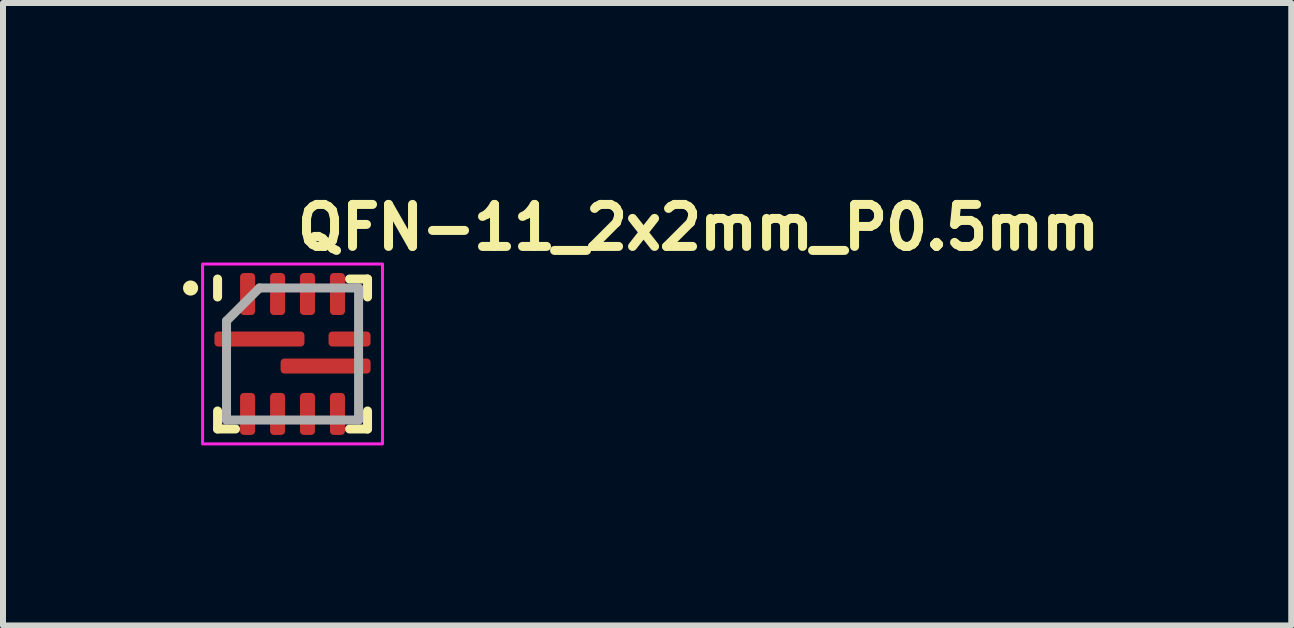
<source format=kicad_pcb>
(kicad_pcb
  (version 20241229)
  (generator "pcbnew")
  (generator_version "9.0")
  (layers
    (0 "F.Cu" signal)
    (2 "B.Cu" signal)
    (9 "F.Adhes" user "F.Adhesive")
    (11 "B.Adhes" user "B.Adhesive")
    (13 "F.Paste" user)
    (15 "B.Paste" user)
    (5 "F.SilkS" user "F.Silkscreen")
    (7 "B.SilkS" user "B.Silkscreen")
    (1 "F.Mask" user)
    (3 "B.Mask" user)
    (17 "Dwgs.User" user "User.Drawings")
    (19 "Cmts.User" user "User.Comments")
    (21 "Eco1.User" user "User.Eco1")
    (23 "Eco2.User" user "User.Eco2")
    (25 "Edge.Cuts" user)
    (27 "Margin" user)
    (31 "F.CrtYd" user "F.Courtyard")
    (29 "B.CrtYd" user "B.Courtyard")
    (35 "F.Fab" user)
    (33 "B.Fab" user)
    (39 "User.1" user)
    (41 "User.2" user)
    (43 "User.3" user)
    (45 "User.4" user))
  (footprint "QFN-11_2x2mm_P0.5mm"
    (layer "F.Cu")
    (at 1.826 2.85)
    (property "Reference" "QFN-11_2x2mm_P0.5mm" (at 0 -1.7 0) (unlocked yes) (layer "F.SilkS") (effects (font (size 0.7 0.7) (thickness 0.15)) (justify left bottom)))
    (attr smd)
    (fp_line (start -1.25 -0.951) (end -1.25 -1.25) (stroke (width 0.15) (type solid)) (layer "F.SilkS"))
    (fp_line (start -1.25 1.249) (end -1.25 0.949) (stroke (width 0.15) (type solid)) (layer "F.SilkS"))
    (fp_line (start -0.951 1.249) (end -1.25 1.249) (stroke (width 0.15) (type solid)) (layer "F.SilkS"))
    (fp_line (start 0.949 -1.25) (end 1.249 -1.25) (stroke (width 0.15) (type solid)) (layer "F.SilkS"))
    (fp_line (start 1.249 -1.25) (end 1.249 -0.951) (stroke (width 0.15) (type solid)) (layer "F.SilkS"))
    (fp_line (start 1.249 0.949) (end 1.249 1.249) (stroke (width 0.15) (type solid)) (layer "F.SilkS"))
    (fp_line (start 1.249 1.249) (end 0.949 1.249) (stroke (width 0.15) (type solid)) (layer "F.SilkS"))
    (fp_circle (center -1.7 -1.1) (end -1.649 -1.1) (stroke (width 0.15) (type solid)) (fill yes) (layer "F.SilkS"))
    (fp_rect (start -1.5 -1.5) (end 1.498 1.498) (stroke (width 0.05) (type solid)) (fill no) (layer "F.CrtYd"))
    (fp_line (start -1.101 1.1) (end -1.101 -0.552) (stroke (width 0.15) (type solid)) (layer "F.Fab"))
    (fp_line (start -0.552 -1.101) (end -1.101 -0.552) (stroke (width 0.15) (type solid)) (layer "F.Fab"))
    (fp_line (start -0.552 -1.101) (end 1.1 -1.101) (stroke (width 0.15) (type solid)) (layer "F.Fab"))
    (fp_line (start 1.1 -1.101) (end 1.1 1.1) (stroke (width 0.15) (type solid)) (layer "F.Fab"))
    (fp_line (start 1.1 1.1) (end -1.101 1.1) (stroke (width 0.15) (type solid)) (layer "F.Fab"))
    (fp_rect (start -1 -1) (end 0.998 0.998) (stroke (width 0.1) (type solid)) (fill no) (layer "User.5"))
    (fp_line (start -1 -1) (end -1 0.998) (stroke (width 0.02) (type solid)) (layer "User.9"))
    (fp_line (start -1 0.998) (end 0.998 0.998) (stroke (width 0.02) (type solid)) (layer "User.9"))
    (fp_line (start -0.826 -0.669) (end -0.826 -0.663) (stroke (width 0.02) (type solid)) (layer "User.9"))
    (fp_line (start -0.826 -0.663) (end -0.826 -0.657) (stroke (width 0.02) (type solid)) (layer "User.9"))
    (fp_line (start -0.826 -0.657) (end -0.826 -0.652) (stroke (width 0.02) (type solid)) (layer "User.9"))
    (fp_line (start -0.826 -0.652) (end -0.826 -0.639) (stroke (width 0.02) (type solid)) (layer "User.9"))
    (fp_line (start -0.826 -0.639) (end -0.825 -0.627) (stroke (width 0.02) (type solid)) (layer "User.9"))
    (fp_line (start -0.825 -0.675) (end -0.826 -0.669) (stroke (width 0.02) (type solid)) (layer "User.9"))
    (fp_line (start -0.825 -0.627) (end -0.823 -0.616) (stroke (width 0.02) (type solid)) (layer "User.9"))
    (fp_line (start -0.824 -0.68) (end -0.825 -0.675) (stroke (width 0.02) (type solid)) (layer "User.9"))
    (fp_line (start -0.823 -0.686) (end -0.824 -0.68) (stroke (width 0.02) (type solid)) (layer "User.9"))
    (fp_line (start -0.823 -0.616) (end -0.82 -0.605) (stroke (width 0.02) (type solid)) (layer "User.9"))
    (fp_line (start -0.822 -0.692) (end -0.823 -0.686) (stroke (width 0.02) (type solid)) (layer "User.9"))
    (fp_line (start -0.82 -0.697) (end -0.822 -0.692) (stroke (width 0.02) (type solid)) (layer "User.9"))
    (fp_line (start -0.82 -0.605) (end -0.817 -0.594) (stroke (width 0.02) (type solid)) (layer "User.9"))
    (fp_line (start -0.819 -0.703) (end -0.82 -0.697) (stroke (width 0.02) (type solid)) (layer "User.9"))
    (fp_line (start -0.817 -0.707) (end -0.819 -0.703) (stroke (width 0.02) (type solid)) (layer "User.9"))
    (fp_line (start -0.817 -0.594) (end -0.813 -0.583) (stroke (width 0.02) (type solid)) (layer "User.9"))
    (fp_line (start -0.815 -0.712) (end -0.817 -0.707) (stroke (width 0.02) (type solid)) (layer "User.9"))
    (fp_line (start -0.813 -0.718) (end -0.815 -0.712) (stroke (width 0.02) (type solid)) (layer "User.9"))
    (fp_line (start -0.813 -0.583) (end -0.808 -0.574) (stroke (width 0.02) (type solid)) (layer "User.9"))
    (fp_line (start -0.811 -0.723) (end -0.813 -0.718) (stroke (width 0.02) (type solid)) (layer "User.9"))
    (fp_line (start -0.808 -0.728) (end -0.811 -0.723) (stroke (width 0.02) (type solid)) (layer "User.9"))
    (fp_line (start -0.808 -0.574) (end -0.803 -0.564) (stroke (width 0.02) (type solid)) (layer "User.9"))
    (fp_line (start -0.806 -0.733) (end -0.808 -0.728) (stroke (width 0.02) (type solid)) (layer "User.9"))
    (fp_line (start -0.803 -0.738) (end -0.806 -0.733) (stroke (width 0.02) (type solid)) (layer "User.9"))
    (fp_line (start -0.803 -0.564) (end -0.797 -0.554) (stroke (width 0.02) (type solid)) (layer "User.9"))
    (fp_line (start -0.8 -0.743) (end -0.803 -0.738) (stroke (width 0.02) (type solid)) (layer "User.9"))
    (fp_line (start -0.797 -0.748) (end -0.8 -0.743) (stroke (width 0.02) (type solid)) (layer "User.9"))
    (fp_line (start -0.797 -0.554) (end -0.79 -0.545) (stroke (width 0.02) (type solid)) (layer "User.9"))
    (fp_line (start -0.794 -0.752) (end -0.797 -0.748) (stroke (width 0.02) (type solid)) (layer "User.9"))
    (fp_line (start -0.79 -0.757) (end -0.794 -0.752) (stroke (width 0.02) (type solid)) (layer "User.9"))
    (fp_line (start -0.79 -0.545) (end -0.783 -0.536) (stroke (width 0.02) (type solid)) (layer "User.9"))
    (fp_line (start -0.787 -0.761) (end -0.79 -0.757) (stroke (width 0.02) (type solid)) (layer "User.9"))
    (fp_line (start -0.783 -0.766) (end -0.787 -0.761) (stroke (width 0.02) (type solid)) (layer "User.9"))
    (fp_line (start -0.783 -0.536) (end -0.776 -0.528) (stroke (width 0.02) (type solid)) (layer "User.9"))
    (fp_line (start -0.779 -0.771) (end -0.783 -0.766) (stroke (width 0.02) (type solid)) (layer "User.9"))
    (fp_line (start -0.776 -0.775) (end -0.779 -0.771) (stroke (width 0.02) (type solid)) (layer "User.9"))
    (fp_line (start -0.776 -0.528) (end -0.766 -0.52) (stroke (width 0.02) (type solid)) (layer "User.9"))
    (fp_line (start -0.771 -0.779) (end -0.776 -0.775) (stroke (width 0.02) (type solid)) (layer "User.9"))
    (fp_line (start -0.766 -0.783) (end -0.771 -0.779) (stroke (width 0.02) (type solid)) (layer "User.9"))
    (fp_line (start -0.766 -0.52) (end -0.757 -0.512) (stroke (width 0.02) (type solid)) (layer "User.9"))
    (fp_line (start -0.762 -0.787) (end -0.766 -0.783) (stroke (width 0.02) (type solid)) (layer "User.9"))
    (fp_line (start -0.757 -0.79) (end -0.762 -0.787) (stroke (width 0.02) (type solid)) (layer "User.9"))
    (fp_line (start -0.757 -0.512) (end -0.748 -0.505) (stroke (width 0.02) (type solid)) (layer "User.9"))
    (fp_line (start -0.753 -0.794) (end -0.757 -0.79) (stroke (width 0.02) (type solid)) (layer "User.9"))
    (fp_line (start -0.748 -0.797) (end -0.753 -0.794) (stroke (width 0.02) (type solid)) (layer "User.9"))
    (fp_line (start -0.748 -0.505) (end -0.738 -0.499) (stroke (width 0.02) (type solid)) (layer "User.9"))
    (fp_line (start -0.743 -0.8) (end -0.748 -0.797) (stroke (width 0.02) (type solid)) (layer "User.9"))
    (fp_line (start -0.738 -0.803) (end -0.743 -0.8) (stroke (width 0.02) (type solid)) (layer "User.9"))
    (fp_line (start -0.738 -0.803) (end -0.738 -0.803) (stroke (width 0.02) (type solid)) (layer "User.9"))
    (fp_line (start -0.738 -0.499) (end -0.738 -0.499) (stroke (width 0.02) (type solid)) (layer "User.9"))
    (fp_line (start -0.738 -0.499) (end -0.728 -0.493) (stroke (width 0.02) (type solid)) (layer "User.9"))
    (fp_line (start -0.728 -0.809) (end -0.738 -0.803) (stroke (width 0.02) (type solid)) (layer "User.9"))
    (fp_line (start -0.728 -0.493) (end -0.717 -0.489) (stroke (width 0.02) (type solid)) (layer "User.9"))
    (fp_line (start -0.717 -0.813) (end -0.728 -0.809) (stroke (width 0.02) (type solid)) (layer "User.9"))
    (fp_line (start -0.717 -0.489) (end -0.706 -0.485) (stroke (width 0.02) (type solid)) (layer "User.9"))
    (fp_line (start -0.706 -0.817) (end -0.717 -0.813) (stroke (width 0.02) (type solid)) (layer "User.9"))
    (fp_line (start -0.706 -0.485) (end -0.696 -0.481) (stroke (width 0.02) (type solid)) (layer "User.9"))
    (fp_line (start -0.696 -0.821) (end -0.706 -0.817) (stroke (width 0.02) (type solid)) (layer "User.9"))
    (fp_line (start -0.696 -0.481) (end -0.685 -0.48) (stroke (width 0.02) (type solid)) (layer "User.9"))
    (fp_line (start -0.685 -0.823) (end -0.696 -0.821) (stroke (width 0.02) (type solid)) (layer "User.9"))
    (fp_line (start -0.685 -0.48) (end -0.674 -0.478) (stroke (width 0.02) (type solid)) (layer "User.9"))
    (fp_line (start -0.674 -0.825) (end -0.685 -0.823) (stroke (width 0.02) (type solid)) (layer "User.9"))
    (fp_line (start -0.674 -0.478) (end -0.663 -0.477) (stroke (width 0.02) (type solid)) (layer "User.9"))
    (fp_line (start -0.663 -0.826) (end -0.674 -0.825) (stroke (width 0.02) (type solid)) (layer "User.9"))
    (fp_line (start -0.663 -0.477) (end -0.652 -0.476) (stroke (width 0.02) (type solid)) (layer "User.9"))
    (fp_line (start -0.652 -0.826) (end -0.663 -0.826) (stroke (width 0.02) (type solid)) (layer "User.9"))
    (fp_line (start -0.652 -0.476) (end -0.639 -0.477) (stroke (width 0.02) (type solid)) (layer "User.9"))
    (fp_line (start -0.639 -0.826) (end -0.652 -0.826) (stroke (width 0.02) (type solid)) (layer "User.9"))
    (fp_line (start -0.639 -0.477) (end -0.628 -0.478) (stroke (width 0.02) (type solid)) (layer "User.9"))
    (fp_line (start -0.628 -0.825) (end -0.639 -0.826) (stroke (width 0.02) (type solid)) (layer "User.9"))
    (fp_line (start -0.628 -0.478) (end -0.617 -0.48) (stroke (width 0.02) (type solid)) (layer "User.9"))
    (fp_line (start -0.617 -0.823) (end -0.628 -0.825) (stroke (width 0.02) (type solid)) (layer "User.9"))
    (fp_line (start -0.617 -0.48) (end -0.606 -0.481) (stroke (width 0.02) (type solid)) (layer "User.9"))
    (fp_line (start -0.606 -0.821) (end -0.617 -0.823) (stroke (width 0.02) (type solid)) (layer "User.9"))
    (fp_line (start -0.606 -0.481) (end -0.595 -0.485) (stroke (width 0.02) (type solid)) (layer "User.9"))
    (fp_line (start -0.595 -0.817) (end -0.606 -0.821) (stroke (width 0.02) (type solid)) (layer "User.9"))
    (fp_line (start -0.595 -0.485) (end -0.584 -0.489) (stroke (width 0.02) (type solid)) (layer "User.9"))
    (fp_line (start -0.584 -0.813) (end -0.595 -0.817) (stroke (width 0.02) (type solid)) (layer "User.9"))
    (fp_line (start -0.584 -0.489) (end -0.574 -0.493) (stroke (width 0.02) (type solid)) (layer "User.9"))
    (fp_line (start -0.574 -0.809) (end -0.584 -0.813) (stroke (width 0.02) (type solid)) (layer "User.9"))
    (fp_line (start -0.574 -0.493) (end -0.564 -0.499) (stroke (width 0.02) (type solid)) (layer "User.9"))
    (fp_line (start -0.564 -0.803) (end -0.574 -0.809) (stroke (width 0.02) (type solid)) (layer "User.9"))
    (fp_line (start -0.564 -0.803) (end -0.564 -0.803) (stroke (width 0.02) (type solid)) (layer "User.9"))
    (fp_line (start -0.564 -0.499) (end -0.564 -0.499) (stroke (width 0.02) (type solid)) (layer "User.9"))
    (fp_line (start -0.564 -0.499) (end -0.559 -0.502) (stroke (width 0.02) (type solid)) (layer "User.9"))
    (fp_line (start -0.559 -0.502) (end -0.554 -0.505) (stroke (width 0.02) (type solid)) (layer "User.9"))
    (fp_line (start -0.554 -0.797) (end -0.564 -0.803) (stroke (width 0.02) (type solid)) (layer "User.9"))
    (fp_line (start -0.554 -0.505) (end -0.549 -0.508) (stroke (width 0.02) (type solid)) (layer "User.9"))
    (fp_line (start -0.549 -0.508) (end -0.545 -0.512) (stroke (width 0.02) (type solid)) (layer "User.9"))
    (fp_line (start -0.545 -0.79) (end -0.554 -0.797) (stroke (width 0.02) (type solid)) (layer "User.9"))
    (fp_line (start -0.545 -0.512) (end -0.54 -0.516) (stroke (width 0.02) (type solid)) (layer "User.9"))
    (fp_line (start -0.54 -0.516) (end -0.536 -0.52) (stroke (width 0.02) (type solid)) (layer "User.9"))
    (fp_line (start -0.536 -0.783) (end -0.545 -0.79) (stroke (width 0.02) (type solid)) (layer "User.9"))
    (fp_line (start -0.536 -0.52) (end -0.532 -0.524) (stroke (width 0.02) (type solid)) (layer "User.9"))
    (fp_line (start -0.532 -0.524) (end -0.527 -0.528) (stroke (width 0.02) (type solid)) (layer "User.9"))
    (fp_line (start -0.527 -0.775) (end -0.536 -0.783) (stroke (width 0.02) (type solid)) (layer "User.9"))
    (fp_line (start -0.527 -0.528) (end -0.524 -0.532) (stroke (width 0.02) (type solid)) (layer "User.9"))
    (fp_line (start -0.524 -0.532) (end -0.52 -0.536) (stroke (width 0.02) (type solid)) (layer "User.9"))
    (fp_line (start -0.52 -0.766) (end -0.527 -0.775) (stroke (width 0.02) (type solid)) (layer "User.9"))
    (fp_line (start -0.52 -0.536) (end -0.516 -0.541) (stroke (width 0.02) (type solid)) (layer "User.9"))
    (fp_line (start -0.516 -0.541) (end -0.512 -0.545) (stroke (width 0.02) (type solid)) (layer "User.9"))
    (fp_line (start -0.512 -0.757) (end -0.52 -0.766) (stroke (width 0.02) (type solid)) (layer "User.9"))
    (fp_line (start -0.512 -0.545) (end -0.508 -0.55) (stroke (width 0.02) (type solid)) (layer "User.9"))
    (fp_line (start -0.508 -0.55) (end -0.505 -0.554) (stroke (width 0.02) (type solid)) (layer "User.9"))
    (fp_line (start -0.505 -0.748) (end -0.512 -0.757) (stroke (width 0.02) (type solid)) (layer "User.9"))
    (fp_line (start -0.505 -0.554) (end -0.502 -0.559) (stroke (width 0.02) (type solid)) (layer "User.9"))
    (fp_line (start -0.502 -0.559) (end -0.499 -0.564) (stroke (width 0.02) (type solid)) (layer "User.9"))
    (fp_line (start -0.499 -0.738) (end -0.505 -0.748) (stroke (width 0.02) (type solid)) (layer "User.9"))
    (fp_line (start -0.499 -0.564) (end -0.496 -0.569) (stroke (width 0.02) (type solid)) (layer "User.9"))
    (fp_line (start -0.496 -0.569) (end -0.494 -0.574) (stroke (width 0.02) (type solid)) (layer "User.9"))
    (fp_line (start -0.494 -0.728) (end -0.499 -0.738) (stroke (width 0.02) (type solid)) (layer "User.9"))
    (fp_line (start -0.494 -0.574) (end -0.491 -0.578) (stroke (width 0.02) (type solid)) (layer "User.9"))
    (fp_line (start -0.491 -0.578) (end -0.489 -0.583) (stroke (width 0.02) (type solid)) (layer "User.9"))
    (fp_line (start -0.489 -0.718) (end -0.494 -0.728) (stroke (width 0.02) (type solid)) (layer "User.9"))
    (fp_line (start -0.489 -0.583) (end -0.487 -0.589) (stroke (width 0.02) (type solid)) (layer "User.9"))
    (fp_line (start -0.487 -0.589) (end -0.485 -0.594) (stroke (width 0.02) (type solid)) (layer "User.9"))
    (fp_line (start -0.485 -0.707) (end -0.489 -0.718) (stroke (width 0.02) (type solid)) (layer "User.9"))
    (fp_line (start -0.485 -0.594) (end -0.483 -0.599) (stroke (width 0.02) (type solid)) (layer "User.9"))
    (fp_line (start -0.483 -0.599) (end -0.482 -0.605) (stroke (width 0.02) (type solid)) (layer "User.9"))
    (fp_line (start -0.482 -0.697) (end -0.485 -0.707) (stroke (width 0.02) (type solid)) (layer "User.9"))
    (fp_line (start -0.482 -0.605) (end -0.48 -0.61) (stroke (width 0.02) (type solid)) (layer "User.9"))
    (fp_line (start -0.48 -0.686) (end -0.482 -0.697) (stroke (width 0.02) (type solid)) (layer "User.9"))
    (fp_line (start -0.48 -0.616) (end -0.479 -0.622) (stroke (width 0.02) (type solid)) (layer "User.9"))
    (fp_line (start -0.48 -0.61) (end -0.48 -0.616) (stroke (width 0.02) (type solid)) (layer "User.9"))
    (fp_line (start -0.479 -0.622) (end -0.478 -0.627) (stroke (width 0.02) (type solid)) (layer "User.9"))
    (fp_line (start -0.478 -0.675) (end -0.48 -0.686) (stroke (width 0.02) (type solid)) (layer "User.9"))
    (fp_line (start -0.478 -0.627) (end -0.477 -0.633) (stroke (width 0.02) (type solid)) (layer "User.9"))
    (fp_line (start -0.477 -0.663) (end -0.478 -0.675) (stroke (width 0.02) (type solid)) (layer "User.9"))
    (fp_line (start -0.477 -0.646) (end -0.476 -0.652) (stroke (width 0.02) (type solid)) (layer "User.9"))
    (fp_line (start -0.477 -0.639) (end -0.477 -0.646) (stroke (width 0.02) (type solid)) (layer "User.9"))
    (fp_line (start -0.477 -0.633) (end -0.477 -0.639) (stroke (width 0.02) (type solid)) (layer "User.9"))
    (fp_line (start -0.476 -0.652) (end -0.477 -0.663) (stroke (width 0.02) (type solid)) (layer "User.9"))
    (fp_line (start 0.998 -1) (end -1 -1) (stroke (width 0.02) (type solid)) (layer "User.9"))
    (fp_line (start 0.998 0.998) (end 0.998 -1) (stroke (width 0.02) (type solid)) (layer "User.9"))
    (pad "1" smd roundrect (at -0.552 -0.25 180) (size 1.5 0.25) (layers "F.Cu" "F.Mask" "F.Paste") (roundrect_rratio 0.25))
    (pad "2" smd roundrect (at -0.75 0.998 90) (size 0.7 0.25) (layers "F.Cu" "F.Mask" "F.Paste") (roundrect_rratio 0.25))
    (pad "3" smd roundrect (at -0.25 0.998 90) (size 0.7 0.25) (layers "F.Cu" "F.Mask" "F.Paste") (roundrect_rratio 0.25))
    (pad "4" smd roundrect (at 0.248 0.998 90) (size 0.7 0.25) (layers "F.Cu" "F.Mask" "F.Paste") (roundrect_rratio 0.25))
    (pad "5" smd roundrect (at 0.748 0.998 90) (size 0.7 0.25) (layers "F.Cu" "F.Mask" "F.Paste") (roundrect_rratio 0.25))
    (pad "6" smd roundrect (at 0.55 0.2 180) (size 1.5 0.25) (layers "F.Cu" "F.Mask" "F.Paste") (roundrect_rratio 0.25))
    (pad "7" smd roundrect (at 0.949 -0.25 180) (size 0.7 0.25) (layers "F.Cu" "F.Mask" "F.Paste") (roundrect_rratio 0.25))
    (pad "8" smd roundrect (at 0.748 -1 90) (size 0.7 0.25) (layers "F.Cu" "F.Mask" "F.Paste") (roundrect_rratio 0.25))
    (pad "9" smd roundrect (at 0.248 -1 90) (size 0.7 0.25) (layers "F.Cu" "F.Mask" "F.Paste") (roundrect_rratio 0.25))
    (pad "10" smd roundrect (at -0.25 -1 90) (size 0.7 0.25) (layers "F.Cu" "F.Mask" "F.Paste") (roundrect_rratio 0.25))
    (pad "11" smd roundrect (at -0.75 -1 90) (size 0.7 0.25) (layers "F.Cu" "F.Mask" "F.Paste") (roundrect_rratio 0.25)))
  (gr_rect
    (start -3 -3)
    (end 18.469 7.373)
    (stroke (width 0.1) (type default))
    (fill no)
    (layer "Edge.Cuts")))
</source>
